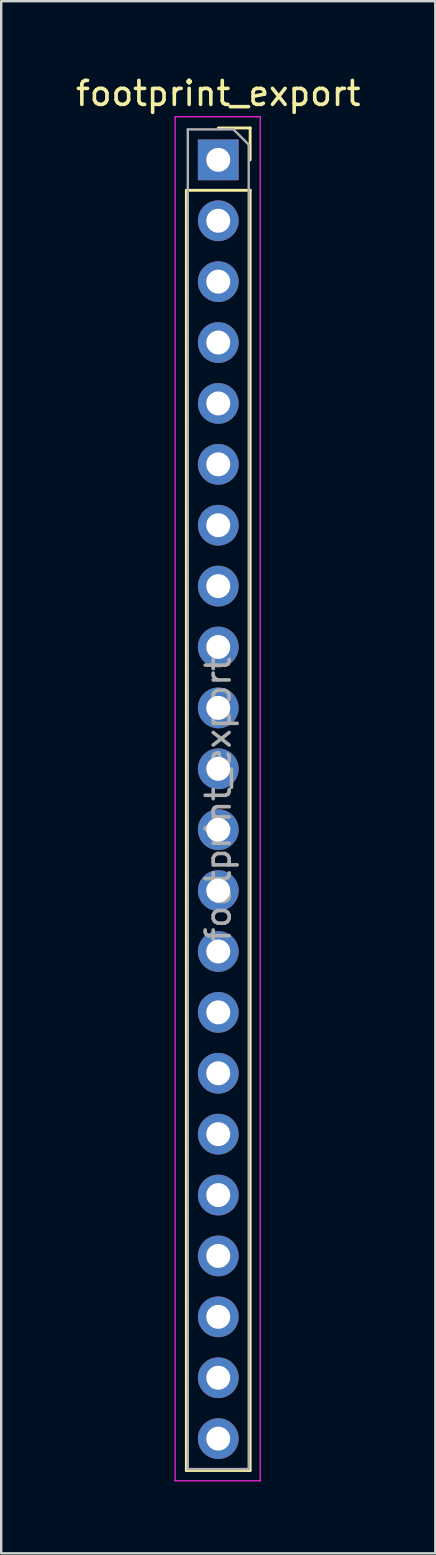
<source format=kicad_pcb>
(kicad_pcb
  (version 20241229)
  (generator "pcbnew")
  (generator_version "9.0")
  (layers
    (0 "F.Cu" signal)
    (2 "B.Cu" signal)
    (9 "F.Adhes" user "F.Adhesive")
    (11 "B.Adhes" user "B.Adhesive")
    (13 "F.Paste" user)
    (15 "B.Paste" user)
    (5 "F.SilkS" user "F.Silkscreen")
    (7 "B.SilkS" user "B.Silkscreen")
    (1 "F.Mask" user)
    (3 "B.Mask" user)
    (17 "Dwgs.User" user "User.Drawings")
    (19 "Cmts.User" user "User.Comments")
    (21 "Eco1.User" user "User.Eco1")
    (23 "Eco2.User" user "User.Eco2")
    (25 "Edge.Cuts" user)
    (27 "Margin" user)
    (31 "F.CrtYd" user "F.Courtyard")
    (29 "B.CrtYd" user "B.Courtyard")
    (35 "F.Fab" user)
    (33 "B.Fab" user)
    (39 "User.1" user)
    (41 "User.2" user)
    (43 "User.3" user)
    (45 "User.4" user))
  (footprint "footprint_export"
    (layer "F.Cu")
    (at 6.054 3.618)
    (property "Reference" "footprint_export" (at 0 -2.77 0) (layer "F.SilkS") (effects (font (size 1 1) (thickness 0.15))))
    (attr through_hole)
    (fp_line (start -1.33 1.27) (end -1.33 54.67) (stroke (width 0.12) (type solid)) (layer "F.SilkS"))
    (fp_line (start -1.33 1.27) (end 1.33 1.27) (stroke (width 0.12) (type solid)) (layer "F.SilkS"))
    (fp_line (start -1.33 54.67) (end 1.33 54.67) (stroke (width 0.12) (type solid)) (layer "F.SilkS"))
    (fp_line (start 0 -1.33) (end 1.33 -1.33) (stroke (width 0.12) (type solid)) (layer "F.SilkS"))
    (fp_line (start 1.33 -1.33) (end 1.33 0) (stroke (width 0.12) (type solid)) (layer "F.SilkS"))
    (fp_line (start 1.33 1.27) (end 1.33 54.67) (stroke (width 0.12) (type solid)) (layer "F.SilkS"))
    (fp_line (start -1.8 -1.8) (end 1.75 -1.8) (stroke (width 0.05) (type solid)) (layer "F.CrtYd"))
    (fp_line (start -1.8 55.1) (end -1.8 -1.8) (stroke (width 0.05) (type solid)) (layer "F.CrtYd"))
    (fp_line (start 1.75 -1.8) (end 1.75 55.1) (stroke (width 0.05) (type solid)) (layer "F.CrtYd"))
    (fp_line (start 1.75 55.1) (end -1.8 55.1) (stroke (width 0.05) (type solid)) (layer "F.CrtYd"))
    (fp_line (start -1.27 -1.27) (end 0.635 -1.27) (stroke (width 0.1) (type solid)) (layer "F.Fab"))
    (fp_line (start -1.27 54.61) (end -1.27 -1.27) (stroke (width 0.1) (type solid)) (layer "F.Fab"))
    (fp_line (start 0.635 -1.27) (end 1.27 -0.635) (stroke (width 0.1) (type solid)) (layer "F.Fab"))
    (fp_line (start 1.27 -0.635) (end 1.27 54.61) (stroke (width 0.1) (type solid)) (layer "F.Fab"))
    (fp_line (start 1.27 54.61) (end -1.27 54.61) (stroke (width 0.1) (type solid)) (layer "F.Fab"))
    (fp_text user "${REFERENCE}" (at 0 26.67 90) (layer "F.Fab") (effects (font (size 1 1) (thickness 0.15))))
    (pad "1" thru_hole rect (at 0 0) (size 1.7 1.7) (drill 1) (layers "*.Cu" "*.Mask"))
    (pad "2" thru_hole oval (at 0 2.54) (size 1.7 1.7) (drill 1) (layers "*.Cu" "*.Mask"))
    (pad "3" thru_hole oval (at 0 5.08) (size 1.7 1.7) (drill 1) (layers "*.Cu" "*.Mask"))
    (pad "4" thru_hole oval (at 0 7.62) (size 1.7 1.7) (drill 1) (layers "*.Cu" "*.Mask"))
    (pad "5" thru_hole oval (at 0 10.16) (size 1.7 1.7) (drill 1) (layers "*.Cu" "*.Mask"))
    (pad "6" thru_hole oval (at 0 12.7) (size 1.7 1.7) (drill 1) (layers "*.Cu" "*.Mask"))
    (pad "7" thru_hole oval (at 0 15.24) (size 1.7 1.7) (drill 1) (layers "*.Cu" "*.Mask"))
    (pad "8" thru_hole oval (at 0 17.78) (size 1.7 1.7) (drill 1) (layers "*.Cu" "*.Mask"))
    (pad "9" thru_hole oval (at 0 20.32) (size 1.7 1.7) (drill 1) (layers "*.Cu" "*.Mask"))
    (pad "10" thru_hole oval (at 0 22.86) (size 1.7 1.7) (drill 1) (layers "*.Cu" "*.Mask"))
    (pad "11" thru_hole oval (at 0 25.4) (size 1.7 1.7) (drill 1) (layers "*.Cu" "*.Mask"))
    (pad "12" thru_hole oval (at 0 27.94) (size 1.7 1.7) (drill 1) (layers "*.Cu" "*.Mask"))
    (pad "13" thru_hole oval (at 0 30.48) (size 1.7 1.7) (drill 1) (layers "*.Cu" "*.Mask"))
    (pad "14" thru_hole oval (at 0 33.02) (size 1.7 1.7) (drill 1) (layers "*.Cu" "*.Mask"))
    (pad "15" thru_hole oval (at 0 35.56) (size 1.7 1.7) (drill 1) (layers "*.Cu" "*.Mask"))
    (pad "16" thru_hole oval (at 0 38.1) (size 1.7 1.7) (drill 1) (layers "*.Cu" "*.Mask"))
    (pad "17" thru_hole oval (at 0 40.64) (size 1.7 1.7) (drill 1) (layers "*.Cu" "*.Mask"))
    (pad "18" thru_hole oval (at 0 43.18) (size 1.7 1.7) (drill 1) (layers "*.Cu" "*.Mask"))
    (pad "19" thru_hole oval (at 0 45.72) (size 1.7 1.7) (drill 1) (layers "*.Cu" "*.Mask"))
    (pad "20" thru_hole oval (at 0 48.26) (size 1.7 1.7) (drill 1) (layers "*.Cu" "*.Mask"))
    (pad "21" thru_hole oval (at 0 50.8) (size 1.7 1.7) (drill 1) (layers "*.Cu" "*.Mask"))
    (pad "22" thru_hole oval (at 0 53.34) (size 1.7 1.7) (drill 1) (layers "*.Cu" "*.Mask")))
  (gr_rect
    (start -3 -3)
    (end 15.107 61.743)
    (stroke (width 0.1) (type default))
    (fill no)
    (layer "Edge.Cuts")))
</source>
